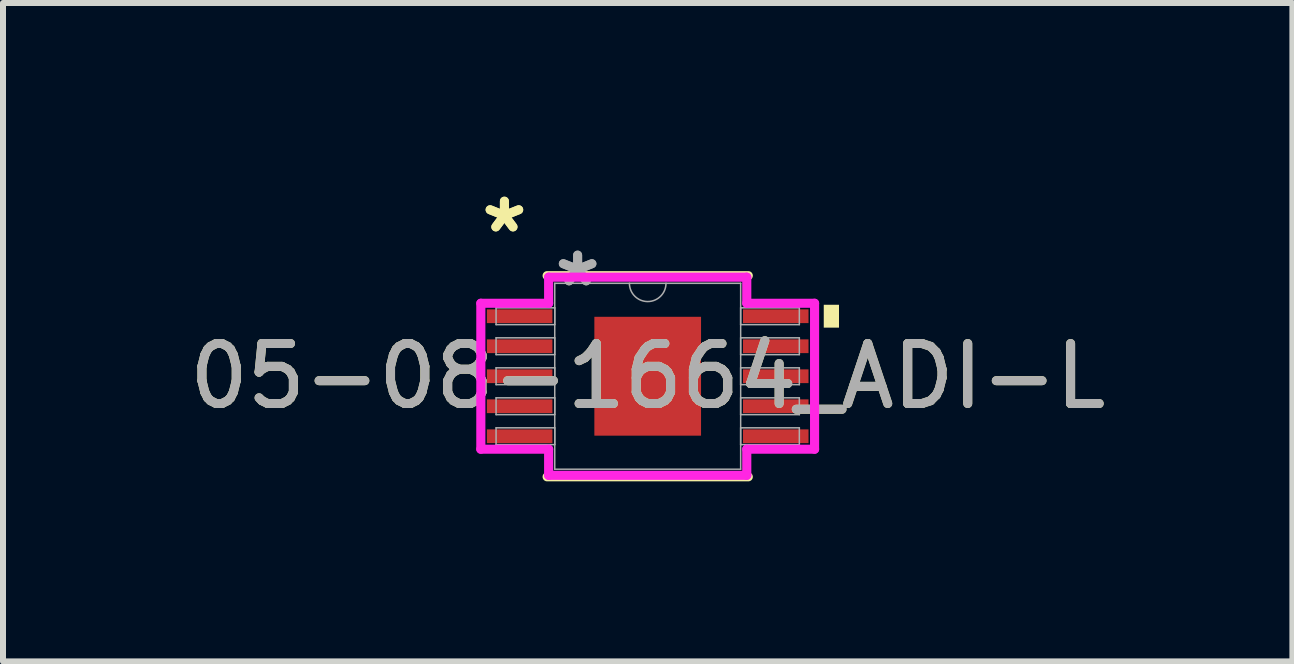
<source format=kicad_pcb>
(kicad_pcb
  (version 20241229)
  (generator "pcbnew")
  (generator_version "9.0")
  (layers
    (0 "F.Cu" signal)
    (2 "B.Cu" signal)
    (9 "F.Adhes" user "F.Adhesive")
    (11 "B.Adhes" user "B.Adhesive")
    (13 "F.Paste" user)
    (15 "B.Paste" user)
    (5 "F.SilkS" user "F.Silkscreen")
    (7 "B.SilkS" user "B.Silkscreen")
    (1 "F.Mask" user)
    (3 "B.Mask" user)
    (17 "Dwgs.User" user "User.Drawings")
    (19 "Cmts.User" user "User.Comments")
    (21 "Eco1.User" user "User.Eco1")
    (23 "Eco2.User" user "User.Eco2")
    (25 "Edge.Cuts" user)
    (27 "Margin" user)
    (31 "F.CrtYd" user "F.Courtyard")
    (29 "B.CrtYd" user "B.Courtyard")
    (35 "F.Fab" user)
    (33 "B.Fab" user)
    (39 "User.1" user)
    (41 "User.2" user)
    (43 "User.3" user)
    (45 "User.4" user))
  (footprint "05-08-1664_ADI-L"
    (layer "F.Cu")
    (at 7.744 3.22)
    (property "Reference" "05-08-1664_ADI-L" (at 0 0 0) (unlocked yes) (layer "F.SilkS") (effects (font (size 1 1) (thickness 0.15))))
    (attr smd)
    (fp_line (start -1.676 1.676) (end 1.676 1.676) (stroke (width 0.152) (type solid)) (layer "F.SilkS"))
    (fp_line (start 1.676 -1.676) (end -1.676 -1.676) (stroke (width 0.152) (type solid)) (layer "F.SilkS"))
    (fp_poly (pts (xy 3.188 -1.191) (xy 3.188 -0.81) (xy 2.934 -0.81) (xy 2.934 -1.191)) (stroke (width 0) (type solid)) (fill yes) (layer "F.SilkS"))
    (fp_line (start -2.781 -1.216) (end -1.651 -1.216) (stroke (width 0.152) (type solid)) (layer "F.CrtYd"))
    (fp_line (start -2.781 1.216) (end -2.781 -1.216) (stroke (width 0.152) (type solid)) (layer "F.CrtYd"))
    (fp_line (start -2.781 1.216) (end -1.651 1.216) (stroke (width 0.152) (type solid)) (layer "F.CrtYd"))
    (fp_line (start -1.651 -1.651) (end 1.651 -1.651) (stroke (width 0.152) (type solid)) (layer "F.CrtYd"))
    (fp_line (start -1.651 -1.216) (end -1.651 -1.651) (stroke (width 0.152) (type solid)) (layer "F.CrtYd"))
    (fp_line (start -1.651 1.651) (end -1.651 1.216) (stroke (width 0.152) (type solid)) (layer "F.CrtYd"))
    (fp_line (start 1.651 -1.651) (end 1.651 -1.216) (stroke (width 0.152) (type solid)) (layer "F.CrtYd"))
    (fp_line (start 1.651 1.216) (end 1.651 1.651) (stroke (width 0.152) (type solid)) (layer "F.CrtYd"))
    (fp_line (start 1.651 1.651) (end -1.651 1.651) (stroke (width 0.152) (type solid)) (layer "F.CrtYd"))
    (fp_line (start 2.781 -1.216) (end 1.651 -1.216) (stroke (width 0.152) (type solid)) (layer "F.CrtYd"))
    (fp_line (start 2.781 -1.216) (end 2.781 1.216) (stroke (width 0.152) (type solid)) (layer "F.CrtYd"))
    (fp_line (start 2.781 1.216) (end 1.651 1.216) (stroke (width 0.152) (type solid)) (layer "F.CrtYd"))
    (fp_line (start -2.527 -1.14) (end -2.527 -0.86) (stroke (width 0.025) (type solid)) (layer "F.Fab"))
    (fp_line (start -2.527 -0.86) (end -1.549 -0.86) (stroke (width 0.025) (type solid)) (layer "F.Fab"))
    (fp_line (start -2.527 -0.64) (end -2.527 -0.36) (stroke (width 0.025) (type solid)) (layer "F.Fab"))
    (fp_line (start -2.527 -0.36) (end -1.549 -0.36) (stroke (width 0.025) (type solid)) (layer "F.Fab"))
    (fp_line (start -2.527 -0.14) (end -2.527 0.14) (stroke (width 0.025) (type solid)) (layer "F.Fab"))
    (fp_line (start -2.527 0.14) (end -1.549 0.14) (stroke (width 0.025) (type solid)) (layer "F.Fab"))
    (fp_line (start -2.527 0.36) (end -2.527 0.64) (stroke (width 0.025) (type solid)) (layer "F.Fab"))
    (fp_line (start -2.527 0.64) (end -1.549 0.64) (stroke (width 0.025) (type solid)) (layer "F.Fab"))
    (fp_line (start -2.527 0.86) (end -2.527 1.14) (stroke (width 0.025) (type solid)) (layer "F.Fab"))
    (fp_line (start -2.527 1.14) (end -1.549 1.14) (stroke (width 0.025) (type solid)) (layer "F.Fab"))
    (fp_line (start -1.549 -1.549) (end -1.549 1.549) (stroke (width 0.025) (type solid)) (layer "F.Fab"))
    (fp_line (start -1.549 -1.14) (end -2.527 -1.14) (stroke (width 0.025) (type solid)) (layer "F.Fab"))
    (fp_line (start -1.549 -0.86) (end -1.549 -1.14) (stroke (width 0.025) (type solid)) (layer "F.Fab"))
    (fp_line (start -1.549 -0.64) (end -2.527 -0.64) (stroke (width 0.025) (type solid)) (layer "F.Fab"))
    (fp_line (start -1.549 -0.36) (end -1.549 -0.64) (stroke (width 0.025) (type solid)) (layer "F.Fab"))
    (fp_line (start -1.549 -0.14) (end -2.527 -0.14) (stroke (width 0.025) (type solid)) (layer "F.Fab"))
    (fp_line (start -1.549 0.14) (end -1.549 -0.14) (stroke (width 0.025) (type solid)) (layer "F.Fab"))
    (fp_line (start -1.549 0.36) (end -2.527 0.36) (stroke (width 0.025) (type solid)) (layer "F.Fab"))
    (fp_line (start -1.549 0.64) (end -1.549 0.36) (stroke (width 0.025) (type solid)) (layer "F.Fab"))
    (fp_line (start -1.549 0.86) (end -2.527 0.86) (stroke (width 0.025) (type solid)) (layer "F.Fab"))
    (fp_line (start -1.549 1.14) (end -1.549 0.86) (stroke (width 0.025) (type solid)) (layer "F.Fab"))
    (fp_line (start -1.549 1.549) (end 1.549 1.549) (stroke (width 0.025) (type solid)) (layer "F.Fab"))
    (fp_line (start 1.549 -1.549) (end -1.549 -1.549) (stroke (width 0.025) (type solid)) (layer "F.Fab"))
    (fp_line (start 1.549 -1.14) (end 1.549 -0.86) (stroke (width 0.025) (type solid)) (layer "F.Fab"))
    (fp_line (start 1.549 -0.86) (end 2.527 -0.86) (stroke (width 0.025) (type solid)) (layer "F.Fab"))
    (fp_line (start 1.549 -0.64) (end 1.549 -0.36) (stroke (width 0.025) (type solid)) (layer "F.Fab"))
    (fp_line (start 1.549 -0.36) (end 2.527 -0.36) (stroke (width 0.025) (type solid)) (layer "F.Fab"))
    (fp_line (start 1.549 -0.14) (end 1.549 0.14) (stroke (width 0.025) (type solid)) (layer "F.Fab"))
    (fp_line (start 1.549 0.14) (end 2.527 0.14) (stroke (width 0.025) (type solid)) (layer "F.Fab"))
    (fp_line (start 1.549 0.36) (end 1.549 0.64) (stroke (width 0.025) (type solid)) (layer "F.Fab"))
    (fp_line (start 1.549 0.64) (end 2.527 0.64) (stroke (width 0.025) (type solid)) (layer "F.Fab"))
    (fp_line (start 1.549 0.86) (end 1.549 1.14) (stroke (width 0.025) (type solid)) (layer "F.Fab"))
    (fp_line (start 1.549 1.14) (end 2.527 1.14) (stroke (width 0.025) (type solid)) (layer "F.Fab"))
    (fp_line (start 1.549 1.549) (end 1.549 -1.549) (stroke (width 0.025) (type solid)) (layer "F.Fab"))
    (fp_line (start 2.527 -1.14) (end 1.549 -1.14) (stroke (width 0.025) (type solid)) (layer "F.Fab"))
    (fp_line (start 2.527 -0.86) (end 2.527 -1.14) (stroke (width 0.025) (type solid)) (layer "F.Fab"))
    (fp_line (start 2.527 -0.64) (end 1.549 -0.64) (stroke (width 0.025) (type solid)) (layer "F.Fab"))
    (fp_line (start 2.527 -0.36) (end 2.527 -0.64) (stroke (width 0.025) (type solid)) (layer "F.Fab"))
    (fp_line (start 2.527 -0.14) (end 1.549 -0.14) (stroke (width 0.025) (type solid)) (layer "F.Fab"))
    (fp_line (start 2.527 0.14) (end 2.527 -0.14) (stroke (width 0.025) (type solid)) (layer "F.Fab"))
    (fp_line (start 2.527 0.36) (end 1.549 0.36) (stroke (width 0.025) (type solid)) (layer "F.Fab"))
    (fp_line (start 2.527 0.64) (end 2.527 0.36) (stroke (width 0.025) (type solid)) (layer "F.Fab"))
    (fp_line (start 2.527 0.86) (end 1.549 0.86) (stroke (width 0.025) (type solid)) (layer "F.Fab"))
    (fp_line (start 2.527 1.14) (end 2.527 0.86) (stroke (width 0.025) (type solid)) (layer "F.Fab"))
    (fp_arc (start 0.3048 -1.5494) (mid 0 -1.2446) (end -0.3048 -1.5494) (stroke (width 0.0254) (type solid)) (layer "F.Fab"))
    (fp_text user "*" (at -2.388 -2.372 0) (layer "F.SilkS") (effects (font (size 1 1) (thickness 0.15))))
    (fp_text user "*" (at -2.388 -2.372 0) (unlocked yes) (layer "F.SilkS") (effects (font (size 1 1) (thickness 0.15))))
    (fp_text user "*" (at -1.168 -1.473 0) (layer "F.Fab") (effects (font (size 1 1) (thickness 0.15))))
    (fp_text user "*" (at -1.168 -1.473 0) (unlocked yes) (layer "F.Fab") (effects (font (size 1 1) (thickness 0.15))))
    (fp_text user "${REFERENCE}" (at 0 0 0) (unlocked yes) (layer "F.Fab") (effects (font (size 1 1) (thickness 0.15))))
    (pad "1" smd rect (at -2.134 -1) (size 1.092 0.229) (layers "F.Cu" "F.Mask" "F.Paste"))
    (pad "2" smd rect (at -2.134 -0.5) (size 1.092 0.229) (layers "F.Cu" "F.Mask" "F.Paste"))
    (pad "3" smd rect (at -2.134 0) (size 1.092 0.229) (layers "F.Cu" "F.Mask" "F.Paste"))
    (pad "4" smd rect (at -2.134 0.5) (size 1.092 0.229) (layers "F.Cu" "F.Mask" "F.Paste"))
    (pad "5" smd rect (at -2.134 1) (size 1.092 0.229) (layers "F.Cu" "F.Mask" "F.Paste"))
    (pad "6" smd rect (at 2.134 1) (size 1.092 0.229) (layers "F.Cu" "F.Mask" "F.Paste"))
    (pad "7" smd rect (at 2.134 0.5) (size 1.092 0.229) (layers "F.Cu" "F.Mask" "F.Paste"))
    (pad "8" smd rect (at 2.134 0) (size 1.092 0.229) (layers "F.Cu" "F.Mask" "F.Paste"))
    (pad "9" smd rect (at 2.134 -0.5) (size 1.092 0.229) (layers "F.Cu" "F.Mask" "F.Paste"))
    (pad "10" smd rect (at 2.134 -1) (size 1.092 0.229) (layers "F.Cu" "F.Mask" "F.Paste"))
    (pad "11" smd rect (at 0 0) (size 1.778 1.981) (layers "F.Cu" "F.Mask" "F.Paste")))
  (gr_rect
    (start -3 -3)
    (end 18.488 7.972)
    (stroke (width 0.1) (type default))
    (fill no)
    (layer "Edge.Cuts")))
</source>
